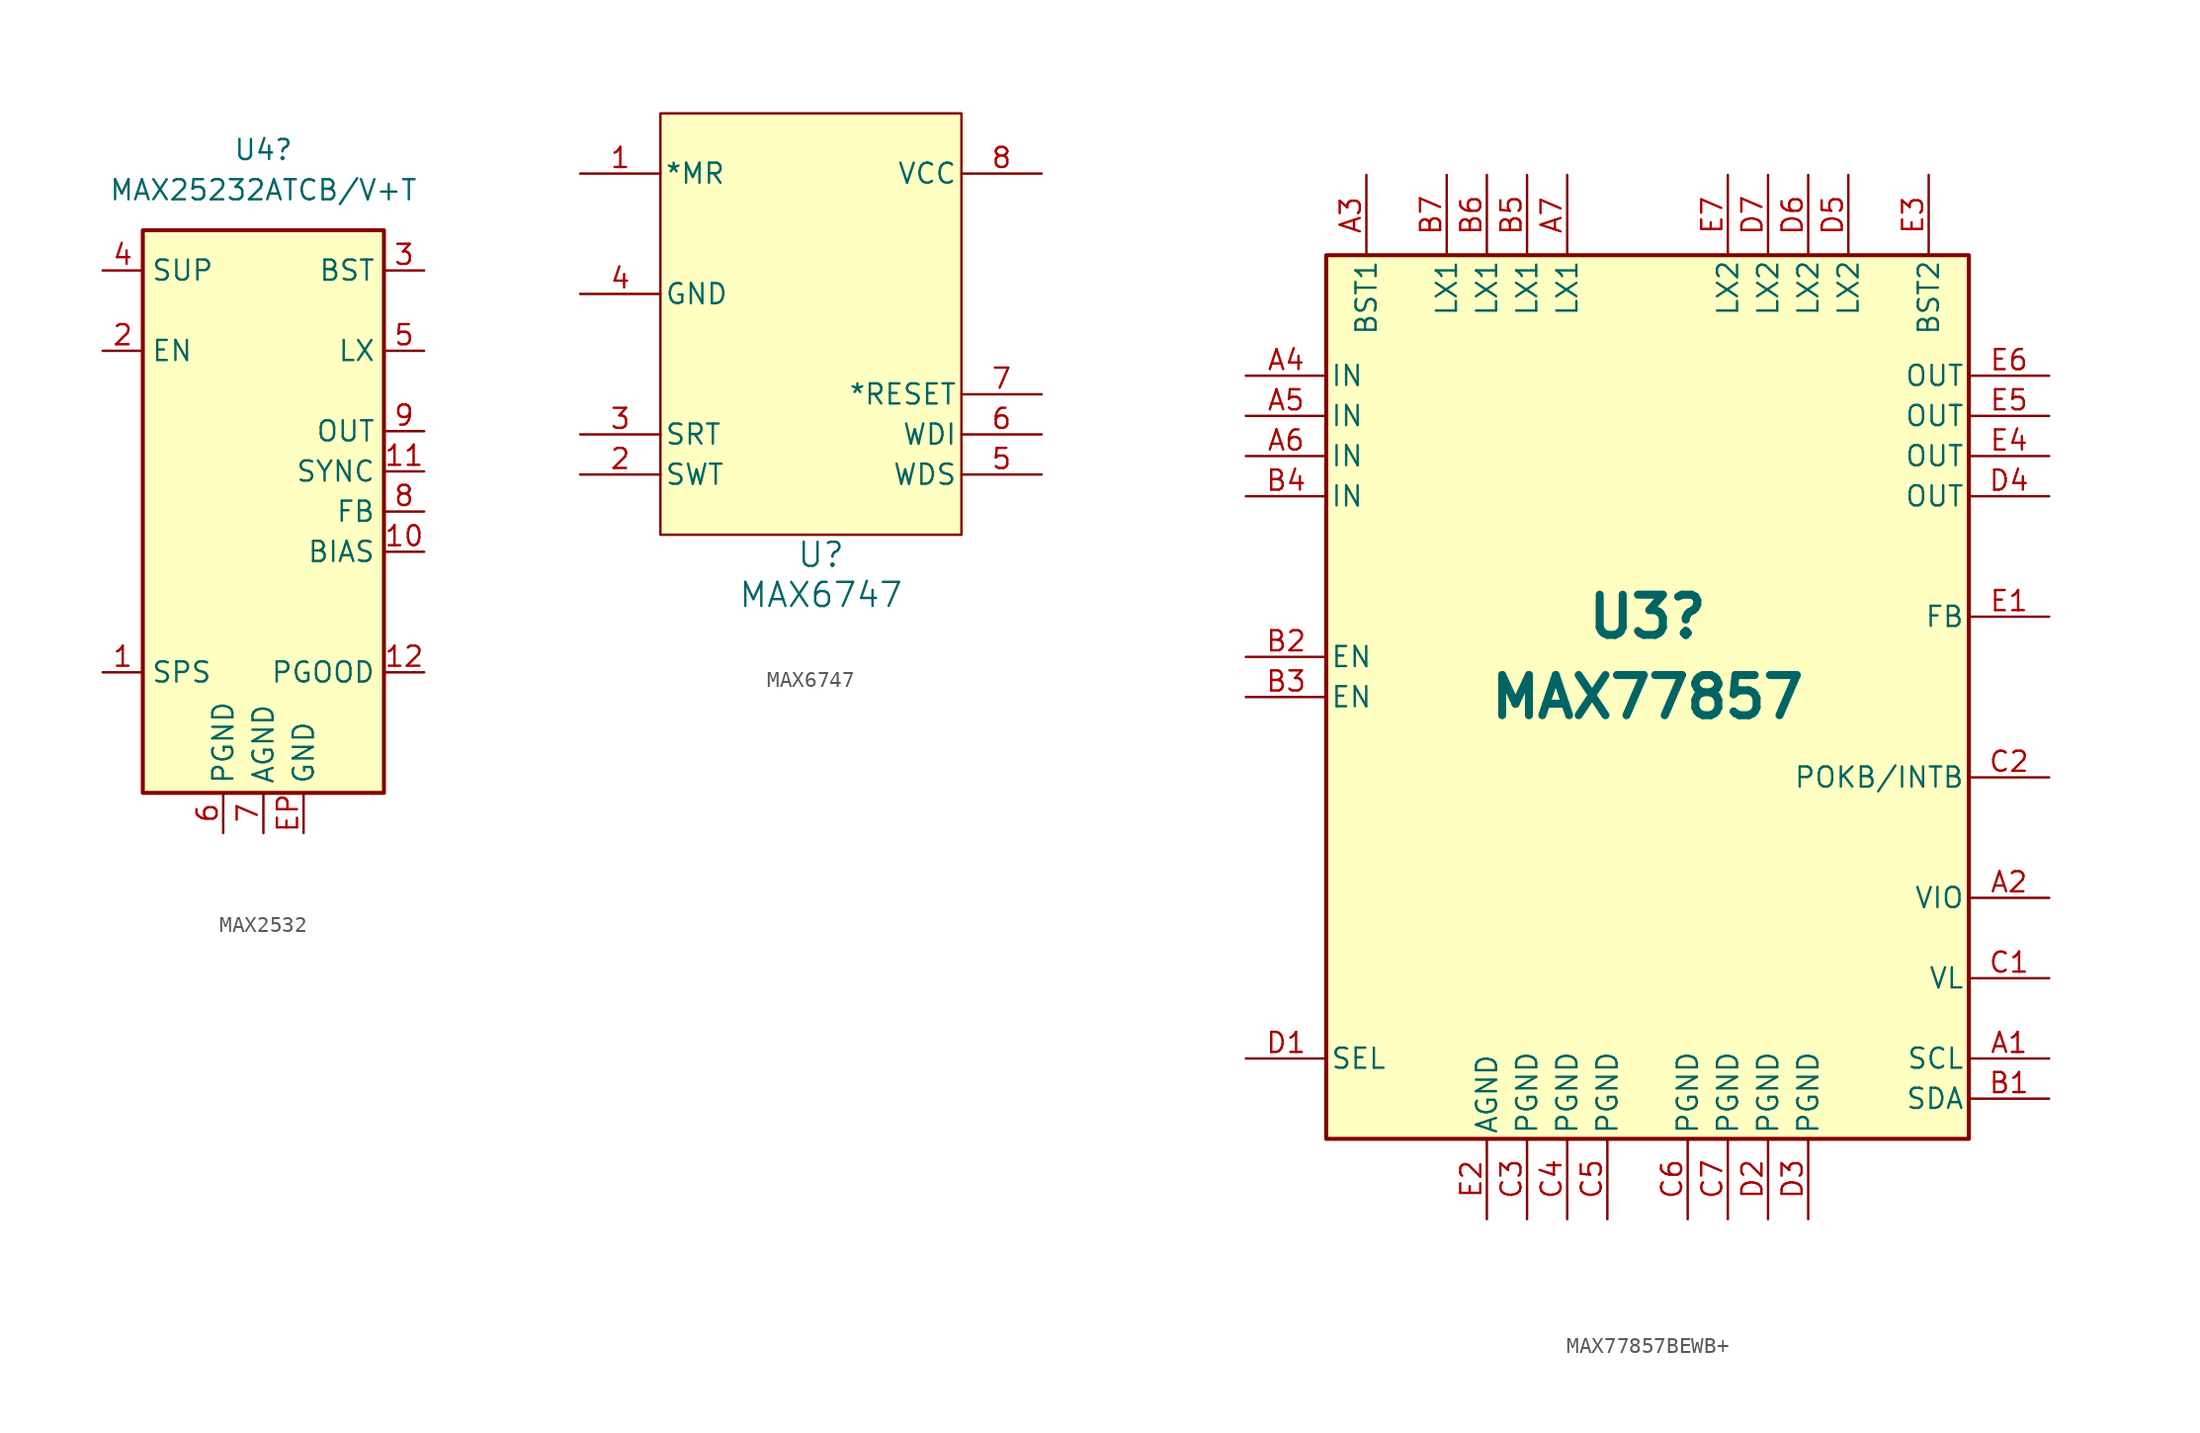
<source format=kicad_sym>
(kicad_symbol_lib
  (version 20220914)
  (generator kicad_symbol_editor)
  (symbol "MAX2532"
    (property "Reference" "U4"
      (at 0 17.78 0)
      (effects (font (size 1.27 1.27))))
    (property "Value" "MAX25232ATCB/V+T"
      (at 0 15.24 0)
      (effects (font (size 1.27 1.27))))
    (symbol "MAX2532_1_1"
      (rectangle (start -7.62 12.7) (end 7.62 -22.86) (stroke (width 0.254) (type default)) (fill (type background)))
      (pin input line (at -10.16 -15.24 0) (length 2.54) (name "SPS" (effects (font (size 1.27 1.27)))) (number "1" (effects (font (size 1.27 1.27)))))
      (pin unspecified line (at 10.16 -7.62 180) (length 2.54) (name "BIAS" (effects (font (size 1.27 1.27)))) (number "10" (effects (font (size 1.27 1.27)))))
      (pin input line (at 10.16 -2.54 180) (length 2.54) (name "SYNC" (effects (font (size 1.27 1.27)))) (number "11" (effects (font (size 1.27 1.27)))))
      (pin open_collector line (at 10.16 -15.24 180) (length 2.54) (name "PGOOD" (effects (font (size 1.27 1.27)))) (number "12" (effects (font (size 1.27 1.27)))))
      (pin input line (at -10.16 5.08 0) (length 2.54) (name "EN" (effects (font (size 1.27 1.27)))) (number "2" (effects (font (size 1.27 1.27)))))
      (pin unspecified line (at 10.16 10.16 180) (length 2.54) (name "BST" (effects (font (size 1.27 1.27)))) (number "3" (effects (font (size 1.27 1.27)))))
      (pin power_in line (at -10.16 10.16 0) (length 2.54) (name "SUP" (effects (font (size 1.27 1.27)))) (number "4" (effects (font (size 1.27 1.27)))))
      (pin unspecified line (at 10.16 5.08 180) (length 2.54) (name "LX" (effects (font (size 1.27 1.27)))) (number "5" (effects (font (size 1.27 1.27)))))
      (pin unspecified line (at -2.54 -25.4 90) (length 2.54) (name "PGND" (effects (font (size 1.27 1.27)))) (number "6" (effects (font (size 1.27 1.27)))))
      (pin unspecified line (at 0 -25.4 90) (length 2.54) (name "AGND" (effects (font (size 1.27 1.27)))) (number "7" (effects (font (size 1.27 1.27)))))
      (pin input line (at 10.16 -5.08 180) (length 2.54) (name "FB" (effects (font (size 1.27 1.27)))) (number "8" (effects (font (size 1.27 1.27)))))
      (pin power_out line (at 10.16 0 180) (length 2.54) (name "OUT" (effects (font (size 1.27 1.27)))) (number "9" (effects (font (size 1.27 1.27)))))
      (pin unspecified line (at 2.54 -25.4 90) (length 2.54) (name "GND" (effects (font (size 1.27 1.27)))) (number "EP" (effects (font (size 1.27 1.27)))))))
  (symbol "MAX6747"
    (pin_names
      (offset 0.254))
    (property "Reference" "U"
      (at 17.78 -22.86 0)
      (effects (font (size 1.524 1.524))))
    (property "Value" "MAX6747"
      (at 17.78 -25.4 0)
      (effects (font (size 1.524 1.524))))
    (property "ki_locked" ""
      (at 0 0 0)
      (effects (font (size 1.27 1.27))))
    (symbol "MAX6747_1_1"
      (rectangle (start 7.62 5.08) (end 26.67 -21.59) (stroke (width 0) (type default)) (fill (type background)))
      (pin input line (at 2.54 1.27 0) (length 5.08) (name "*MR" (effects (font (size 1.27 1.27)))) (number "1" (effects (font (size 1.27 1.27)))))
      (pin input line (at 2.54 -17.78 0) (length 5.08) (name "SWT" (effects (font (size 1.27 1.27)))) (number "2" (effects (font (size 1.27 1.27)))))
      (pin input line (at 2.54 -15.24 0) (length 5.08) (name "SRT" (effects (font (size 1.27 1.27)))) (number "3" (effects (font (size 1.27 1.27)))))
      (pin power_in line (at 2.54 -6.35 0) (length 5.08) (name "GND" (effects (font (size 1.27 1.27)))) (number "4" (effects (font (size 1.27 1.27)))))
      (pin unspecified line (at 31.75 -17.78 180) (length 5.08) (name "WDS" (effects (font (size 1.27 1.27)))) (number "5" (effects (font (size 1.27 1.27)))))
      (pin input line (at 31.75 -15.24 180) (length 5.08) (name "WDI" (effects (font (size 1.27 1.27)))) (number "6" (effects (font (size 1.27 1.27)))))
      (pin output line (at 31.75 -12.7 180) (length 5.08) (name "*RESET" (effects (font (size 1.27 1.27)))) (number "7" (effects (font (size 1.27 1.27)))))
      (pin power_in line (at 31.75 1.27 180) (length 5.08) (name "VCC" (effects (font (size 1.27 1.27)))) (number "8" (effects (font (size 1.27 1.27)))))))
  (symbol "MAX77857BEWB+"
    (pin_names
      (offset 0.254))
    (property "Reference" "U3"
      (at 0 5.08 0)
      (effects (font (size 2.54 2.54) bold)))
    (property "Value" "MAX77857"
      (at 0 0 0)
      (effects (font (size 2.54 2.54) bold)))
    (property "ki_locked" ""
      (at 0 0 0)
      (effects (font (size 1.27 1.27))))
    (symbol "MAX77857BEWB+_1_1"
      (rectangle (start -20.32 27.94) (end 20.32 -27.94) (stroke (width 0.254) (type default)) (fill (type background)))
      (pin input line (at 25.4 -22.86 180) (length 5.08) (name "SCL" (effects (font (size 1.27 1.27)))) (number "A1" (effects (font (size 1.27 1.27)))))
      (pin input line (at 25.4 -12.7 180) (length 5.08) (name "VIO" (effects (font (size 1.27 1.27)))) (number "A2" (effects (font (size 1.27 1.27)))))
      (pin unspecified line (at -17.78 33.02 270) (length 5.08) (name "BST1" (effects (font (size 1.27 1.27)))) (number "A3" (effects (font (size 1.27 1.27)))))
      (pin input line (at -25.4 20.32 0) (length 5.08) (name "IN" (effects (font (size 1.27 1.27)))) (number "A4" (effects (font (size 1.27 1.27)))))
      (pin input line (at -25.4 17.78 0) (length 5.08) (name "IN" (effects (font (size 1.27 1.27)))) (number "A5" (effects (font (size 1.27 1.27)))))
      (pin input line (at -25.4 15.24 0) (length 5.08) (name "IN" (effects (font (size 1.27 1.27)))) (number "A6" (effects (font (size 1.27 1.27)))))
      (pin power_in line (at -5.08 33.02 270) (length 5.08) (name "LX1" (effects (font (size 1.27 1.27)))) (number "A7" (effects (font (size 1.27 1.27)))))
      (pin bidirectional line (at 25.4 -25.4 180) (length 5.08) (name "SDA" (effects (font (size 1.27 1.27)))) (number "B1" (effects (font (size 1.27 1.27)))))
      (pin input line (at -25.4 2.54 0) (length 5.08) (name "EN" (effects (font (size 1.27 1.27)))) (number "B2" (effects (font (size 1.27 1.27)))))
      (pin input line (at -25.4 0 0) (length 5.08) (name "EN" (effects (font (size 1.27 1.27)))) (number "B3" (effects (font (size 1.27 1.27)))))
      (pin input line (at -25.4 12.7 0) (length 5.08) (name "IN" (effects (font (size 1.27 1.27)))) (number "B4" (effects (font (size 1.27 1.27)))))
      (pin power_in line (at -7.62 33.02 270) (length 5.08) (name "LX1" (effects (font (size 1.27 1.27)))) (number "B5" (effects (font (size 1.27 1.27)))))
      (pin power_in line (at -10.16 33.02 270) (length 5.08) (name "LX1" (effects (font (size 1.27 1.27)))) (number "B6" (effects (font (size 1.27 1.27)))))
      (pin power_in line (at -12.7 33.02 270) (length 5.08) (name "LX1" (effects (font (size 1.27 1.27)))) (number "B7" (effects (font (size 1.27 1.27)))))
      (pin unspecified line (at 25.4 -17.78 180) (length 5.08) (name "VL" (effects (font (size 1.27 1.27)))) (number "C1" (effects (font (size 1.27 1.27)))))
      (pin output line (at 25.4 -5.08 180) (length 5.08) (name "POKB/INTB" (effects (font (size 1.27 1.27)))) (number "C2" (effects (font (size 1.27 1.27)))))
      (pin power_in line (at -7.62 -33.02 90) (length 5.08) (name "PGND" (effects (font (size 1.27 1.27)))) (number "C3" (effects (font (size 1.27 1.27)))))
      (pin power_in line (at -5.08 -33.02 90) (length 5.08) (name "PGND" (effects (font (size 1.27 1.27)))) (number "C4" (effects (font (size 1.27 1.27)))))
      (pin power_in line (at -2.54 -33.02 90) (length 5.08) (name "PGND" (effects (font (size 1.27 1.27)))) (number "C5" (effects (font (size 1.27 1.27)))))
      (pin power_in line (at 2.54 -33.02 90) (length 5.08) (name "PGND" (effects (font (size 1.27 1.27)))) (number "C6" (effects (font (size 1.27 1.27)))))
      (pin power_in line (at 5.08 -33.02 90) (length 5.08) (name "PGND" (effects (font (size 1.27 1.27)))) (number "C7" (effects (font (size 1.27 1.27)))))
      (pin unspecified line (at -25.4 -22.86 0) (length 5.08) (name "SEL" (effects (font (size 1.27 1.27)))) (number "D1" (effects (font (size 1.27 1.27)))))
      (pin power_in line (at 7.62 -33.02 90) (length 5.08) (name "PGND" (effects (font (size 1.27 1.27)))) (number "D2" (effects (font (size 1.27 1.27)))))
      (pin power_in line (at 10.16 -33.02 90) (length 5.08) (name "PGND" (effects (font (size 1.27 1.27)))) (number "D3" (effects (font (size 1.27 1.27)))))
      (pin output line (at 25.4 12.7 180) (length 5.08) (name "OUT" (effects (font (size 1.27 1.27)))) (number "D4" (effects (font (size 1.27 1.27)))))
      (pin power_in line (at 12.7 33.02 270) (length 5.08) (name "LX2" (effects (font (size 1.27 1.27)))) (number "D5" (effects (font (size 1.27 1.27)))))
      (pin power_in line (at 10.16 33.02 270) (length 5.08) (name "LX2" (effects (font (size 1.27 1.27)))) (number "D6" (effects (font (size 1.27 1.27)))))
      (pin power_in line (at 7.62 33.02 270) (length 5.08) (name "LX2" (effects (font (size 1.27 1.27)))) (number "D7" (effects (font (size 1.27 1.27)))))
      (pin unspecified line (at 25.4 5.08 180) (length 5.08) (name "FB" (effects (font (size 1.27 1.27)))) (number "E1" (effects (font (size 1.27 1.27)))))
      (pin power_in line (at -10.16 -33.02 90) (length 5.08) (name "AGND" (effects (font (size 1.27 1.27)))) (number "E2" (effects (font (size 1.27 1.27)))))
      (pin input line (at 17.78 33.02 270) (length 5.08) (name "BST2" (effects (font (size 1.27 1.27)))) (number "E3" (effects (font (size 1.27 1.27)))))
      (pin output line (at 25.4 15.24 180) (length 5.08) (name "OUT" (effects (font (size 1.27 1.27)))) (number "E4" (effects (font (size 1.27 1.27)))))
      (pin output line (at 25.4 17.78 180) (length 5.08) (name "OUT" (effects (font (size 1.27 1.27)))) (number "E5" (effects (font (size 1.27 1.27)))))
      (pin output line (at 25.4 20.32 180) (length 5.08) (name "OUT" (effects (font (size 1.27 1.27)))) (number "E6" (effects (font (size 1.27 1.27)))))
      (pin power_in line (at 5.08 33.02 270) (length 5.08) (name "LX2" (effects (font (size 1.27 1.27)))) (number "E7" (effects (font (size 1.27 1.27))))))))
</source>
